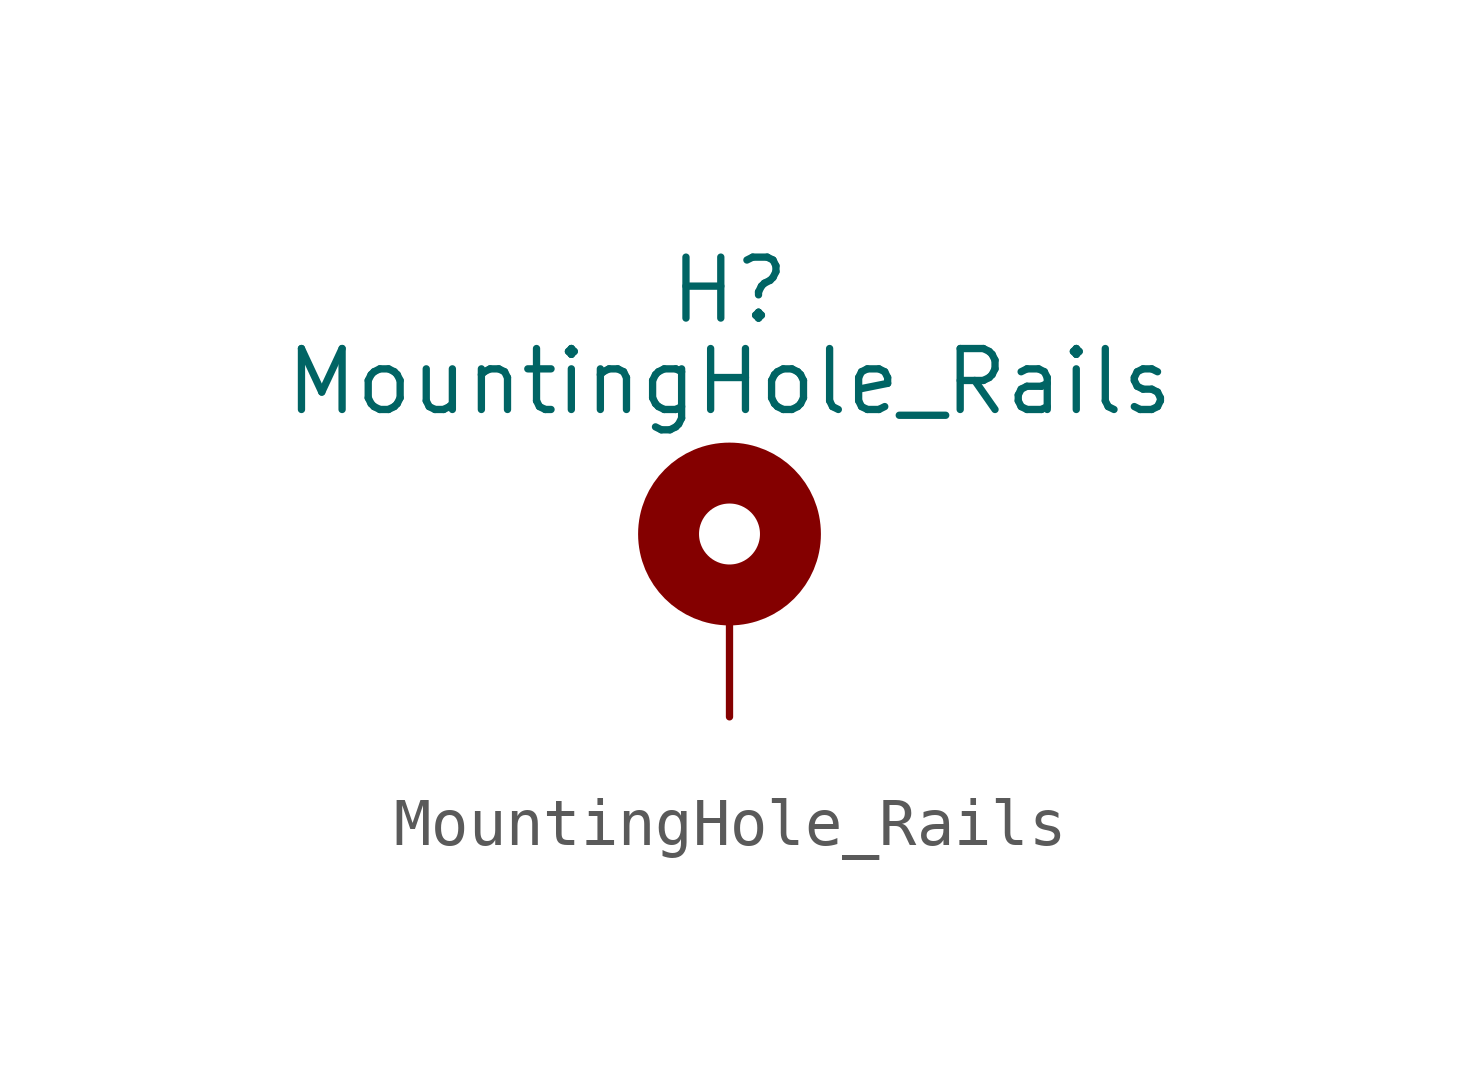
<source format=kicad_sym>
(kicad_symbol_lib
  (version 20231120)
  (generator "kicad_symbol_editor")
  (generator_version "8.0")
  (symbol "MountingHole_Rails"
    (pin_numbers hide)
    (pin_names
      (offset 1.016) hide)
    (property "Reference" "H"
      (at 0 6.35 0)
      (effects (font (size 1.27 1.27))))
    (property "Value" "MountingHole_Rails"
      (at 0 4.445 0)
      (effects (font (size 1.27 1.27))))
    (symbol "MountingHole_Rails_0_1"
      (circle (center 0 1.27) (radius 1.27) (stroke (width 1.27) (type default)) (fill (type none))))
    (symbol "MountingHole_Rails_1_1"
      (pin input line (at 0 -2.54 90) (length 2.54) (name "1" (effects (font (size 1.27 1.27)))) (number "1" (effects (font (size 1.27 1.27))))))))
</source>
